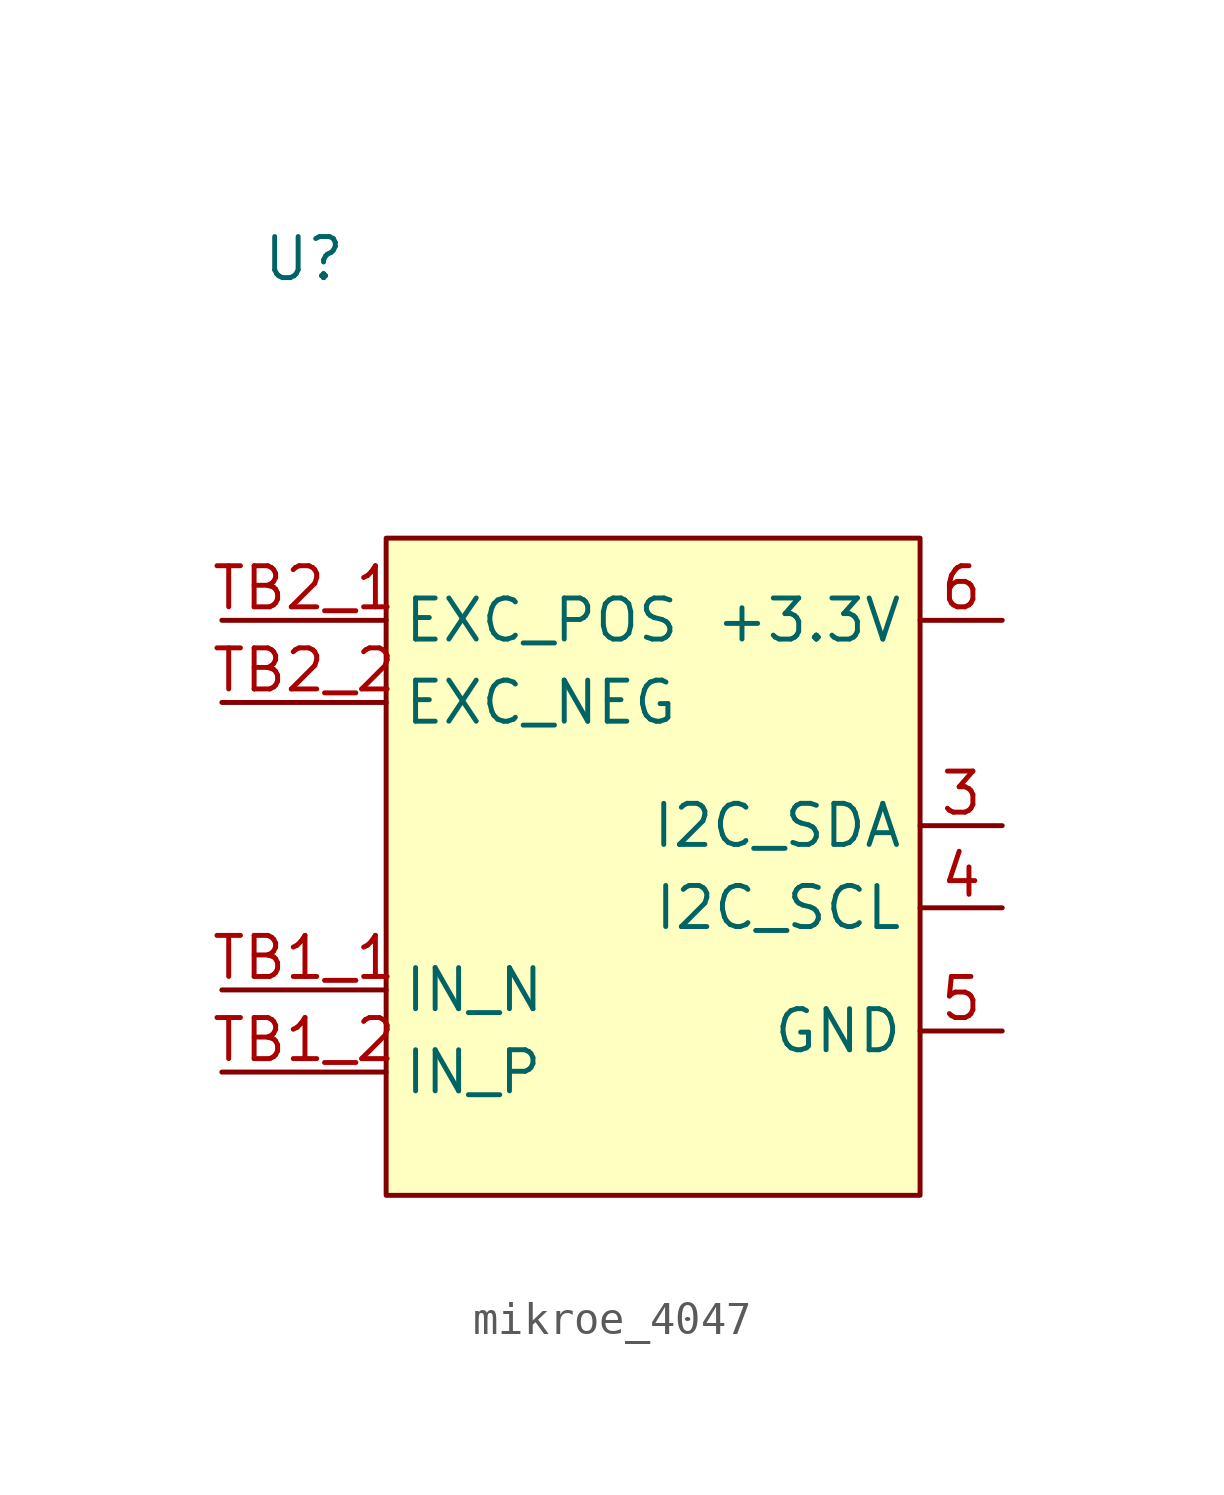
<source format=kicad_sym>
(kicad_symbol_lib
  (version 20231120)
  (generator "kicad_symbol_editor")
  (generator_version "8.0")
  (symbol "mikroe_4047"
    (property "Reference" "U"
      (at -10.16 16.256 0)
      (effects (font (size 1.27 1.27))))
    (property "Value" ""
      (at -1.27 -8.89 0)
      (effects (font (size 1.27 1.27))))
    (symbol "mikroe_4047_0_1"
      (rectangle (start -7.62 7.62) (end 8.89 -12.7) (stroke (width 0) (type default)) (fill (type background))))
    (symbol "mikroe_4047_1_1"
      (pin bidirectional line (at 11.43 -1.27 180) (length 2.54) (name "I2C_SDA" (effects (font (size 1.27 1.27)))) (number "3" (effects (font (size 1.27 1.27)))))
      (pin input line (at 11.43 -3.81 180) (length 2.54) (name "I2C_SCL" (effects (font (size 1.27 1.27)))) (number "4" (effects (font (size 1.27 1.27)))))
      (pin passive line (at 11.43 -7.62 180) (length 2.54) (name "GND" (effects (font (size 1.27 1.27)))) (number "5" (effects (font (size 1.27 1.27)))))
      (pin power_in line (at 11.43 5.08 180) (length 2.54) (name "+3.3V" (effects (font (size 1.27 1.27)))) (number "6" (effects (font (size 1.27 1.27)))))
      (pin input line (at -12.7 -6.35 0) (length 5.08) (name "IN_N" (effects (font (size 1.27 1.27)))) (number "TB1_1" (effects (font (size 1.27 1.27)))))
      (pin input line (at -12.7 -8.89 0) (length 5.08) (name "IN_P" (effects (font (size 1.27 1.27)))) (number "TB1_2" (effects (font (size 1.27 1.27)))))
      (pin input line (at -12.7 5.08 0) (length 5.08) (name "EXC_POS" (effects (font (size 1.27 1.27)))) (number "TB2_1" (effects (font (size 1.27 1.27)))))
      (pin input line (at -12.7 2.54 0) (length 5.08) (name "EXC_NEG" (effects (font (size 1.27 1.27)))) (number "TB2_2" (effects (font (size 1.27 1.27))))))))
</source>
